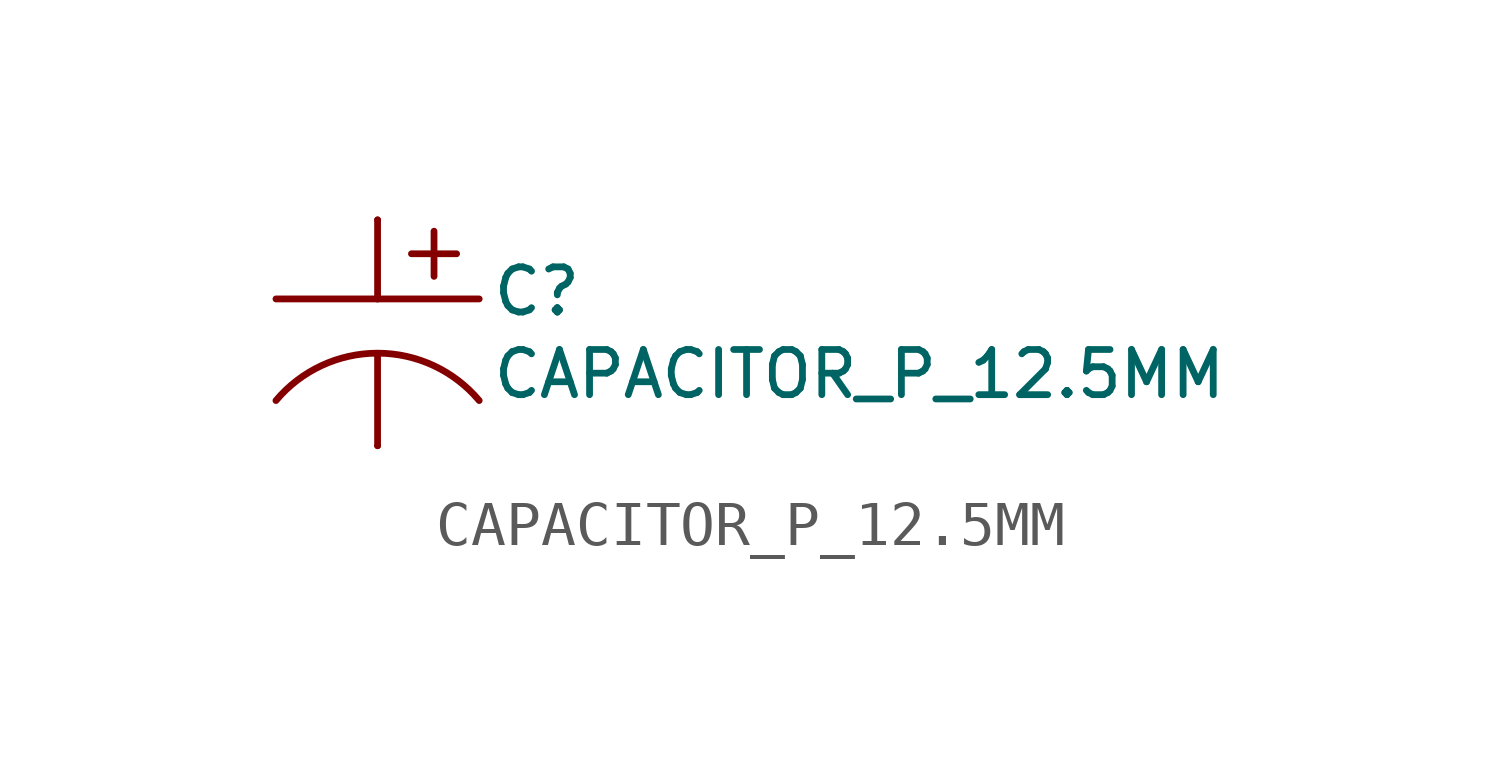
<source format=kicad_sym>
(kicad_symbol_lib
  (version 20211014)
  (generator kicad_symbol_editor)
  (symbol "CAPACITOR_P_12.5MM"
    (property "Reference" "C"
      (at 2.54 1.524 0)
      (effects (font (size 1.016 1.016)) (justify left top)))
    (property "Value" "CAPACITOR_P_12.5MM"
      (at 2.54 -1.524 0)
      (effects (font (size 1.016 1.016)) (justify left bottom)))
    (property "ki_locked" ""
      (at 0 0 0)
      (effects (font (size 1.27 1.27))))
    (symbol "CAPACITOR_P_12.5MM_1_0"
      (polyline (pts (xy -2.286 0.762) (xy 0 0.762)) (stroke (width 0.152) (type default) (color 0 0 0 0)) (fill (type none)))
      (polyline (pts (xy 0 -2.54) (xy 0 -0.508)) (stroke (width 0.152) (type default) (color 0 0 0 0)) (fill (type none)))
      (polyline (pts (xy 0 0.762) (xy 2.286 0.762)) (stroke (width 0.152) (type default) (color 0 0 0 0)) (fill (type none)))
      (polyline (pts (xy 0 2.54) (xy 0 0.762)) (stroke (width 0.152) (type default) (color 0 0 0 0)) (fill (type none)))
      (polyline (pts (xy 1.27 2.286) (xy 1.27 1.27)) (stroke (width 0.152) (type default) (color 0 0 0 0)) (fill (type none)))
      (polyline (pts (xy 1.778 1.778) (xy 0.762 1.778)) (stroke (width 0.152) (type default) (color 0 0 0 0)) (fill (type none)))
      (arc (start 2.286 -1.524) (mid 0 -0.458) (end -2.286 -1.524) (stroke (width 0.1524) (type default) (color 0 0 0 0)) (fill (type none)))
      (pin passive line (at 0 2.54 270) (length 0) (name "P$1" (effects (font (size 0 0)))) (number "P$1" (effects (font (size 0 0)))))
      (pin passive line (at 0 -2.54 90) (length 0) (name "P$2" (effects (font (size 0 0)))) (number "P$2" (effects (font (size 0 0))))))))
</source>
